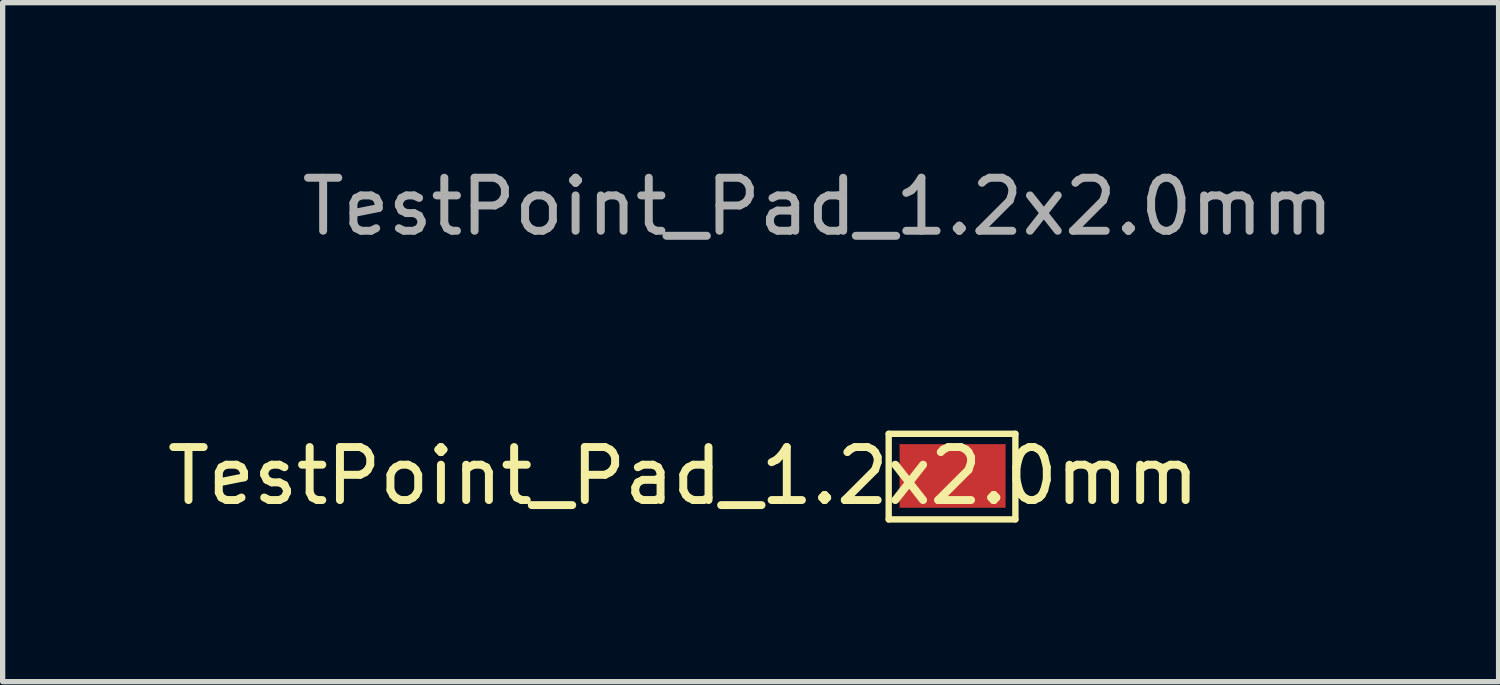
<source format=kicad_pcb>
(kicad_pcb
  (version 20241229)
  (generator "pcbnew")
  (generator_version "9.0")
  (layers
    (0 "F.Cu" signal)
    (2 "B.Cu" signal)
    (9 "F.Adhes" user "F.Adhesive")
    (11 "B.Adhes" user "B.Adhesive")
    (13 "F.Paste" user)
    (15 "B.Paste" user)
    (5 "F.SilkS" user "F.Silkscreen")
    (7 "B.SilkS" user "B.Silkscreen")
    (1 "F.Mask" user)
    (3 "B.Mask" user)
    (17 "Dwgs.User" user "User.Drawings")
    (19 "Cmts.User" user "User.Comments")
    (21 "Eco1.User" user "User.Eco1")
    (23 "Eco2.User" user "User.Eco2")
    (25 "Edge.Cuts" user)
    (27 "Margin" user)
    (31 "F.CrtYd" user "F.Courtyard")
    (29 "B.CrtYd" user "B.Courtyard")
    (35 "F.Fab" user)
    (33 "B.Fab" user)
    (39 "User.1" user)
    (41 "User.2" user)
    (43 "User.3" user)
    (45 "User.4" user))
  (footprint "TestPoint_Pad_1.2x2.0mm"
    (layer "F.Cu")
    (at 14.919 5.928)
    (property "Reference" "TestPoint_Pad_1.2x2.0mm" (at -5.08 0 0) (layer "F.SilkS") (effects (font (size 1 1) (thickness 0.15))))
    (attr exclude_from_pos_files exclude_from_bom)
    (fp_line (start -1.205 -0.795) (end 1.185 -0.795) (stroke (width 0.12) (type solid)) (layer "F.SilkS"))
    (fp_line (start -1.205 0.82) (end -1.205 -0.795) (stroke (width 0.12) (type solid)) (layer "F.SilkS"))
    (fp_line (start 1.185 -0.795) (end 1.185 0.82) (stroke (width 0.12) (type solid)) (layer "F.SilkS"))
    (fp_line (start 1.185 0.82) (end -1.205 0.82) (stroke (width 0.12) (type solid)) (layer "F.SilkS"))
    (fp_text user "${REFERENCE}" (at -2.54 -5.08 0) (layer "F.Fab") (effects (font (size 1 1) (thickness 0.15))))
    (pad "1" smd rect (at 0 0) (size 2 1.2) (layers "F.Cu" "F.Mask")))
  (gr_rect
    (start -3 -3)
    (end 25.219 9.809)
    (stroke (width 0.1) (type default))
    (fill no)
    (layer "Edge.Cuts")))
</source>
